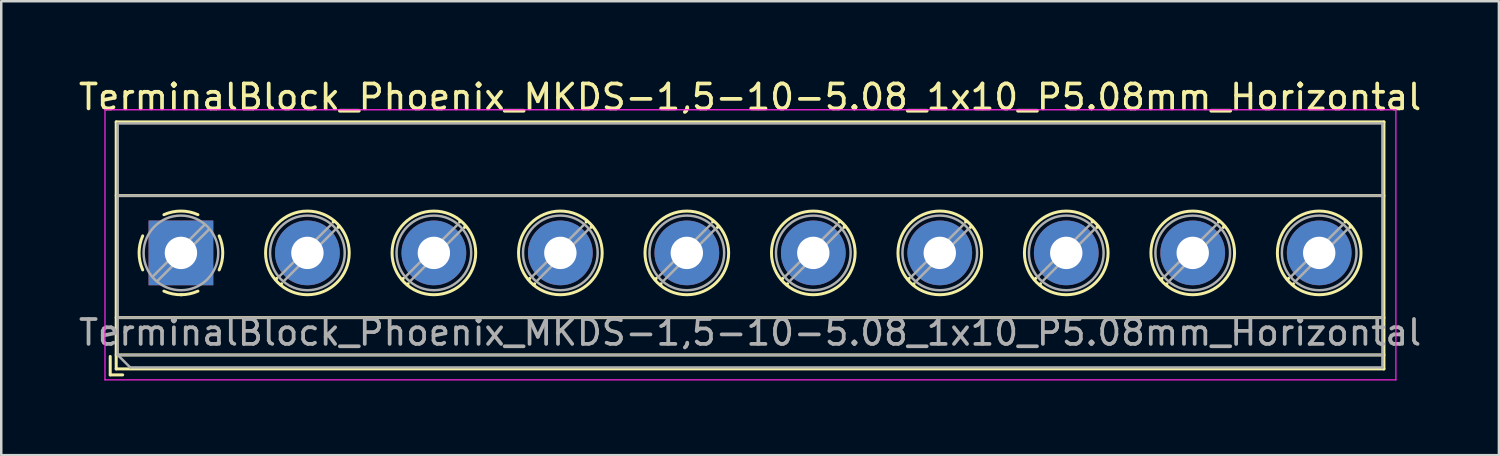
<source format=kicad_pcb>
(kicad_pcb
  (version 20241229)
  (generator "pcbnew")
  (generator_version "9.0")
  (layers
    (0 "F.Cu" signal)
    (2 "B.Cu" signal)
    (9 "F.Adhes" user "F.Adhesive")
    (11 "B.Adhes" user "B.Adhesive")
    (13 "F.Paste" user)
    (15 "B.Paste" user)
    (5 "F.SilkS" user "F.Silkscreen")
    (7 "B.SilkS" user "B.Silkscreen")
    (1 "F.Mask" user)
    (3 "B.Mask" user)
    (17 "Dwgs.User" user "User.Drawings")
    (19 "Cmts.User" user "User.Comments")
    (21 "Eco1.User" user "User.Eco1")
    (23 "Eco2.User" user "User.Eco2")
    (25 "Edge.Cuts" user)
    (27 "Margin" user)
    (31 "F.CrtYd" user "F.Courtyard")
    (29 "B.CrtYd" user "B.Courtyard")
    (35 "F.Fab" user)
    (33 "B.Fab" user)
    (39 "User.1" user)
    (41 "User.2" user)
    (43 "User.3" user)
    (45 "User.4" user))
  (footprint "TerminalBlock_Phoenix_MKDS-1,5-10-5.08_1x10_P5.08mm_Horizontal"
    (layer "F.Cu")
    (at 4.217 7.108)
    (property "Reference" "TerminalBlock_Phoenix_MKDS-1,5-10-5.08_1x10_P5.08mm_Horizontal" (at 22.86 -6.26 0) (layer "F.SilkS") (effects (font (size 1 1) (thickness 0.15))))
    (attr through_hole)
    (fp_line (start -2.84 4.16) (end -2.84 4.9) (stroke (width 0.12) (type solid)) (layer "F.SilkS"))
    (fp_line (start -2.84 4.9) (end -2.34 4.9) (stroke (width 0.12) (type solid)) (layer "F.SilkS"))
    (fp_line (start -2.6 -5.261) (end -2.6 4.66) (stroke (width 0.12) (type solid)) (layer "F.SilkS"))
    (fp_line (start -2.6 -5.261) (end 48.32 -5.261) (stroke (width 0.12) (type solid)) (layer "F.SilkS"))
    (fp_line (start -2.6 -2.301) (end 48.32 -2.301) (stroke (width 0.12) (type solid)) (layer "F.SilkS"))
    (fp_line (start -2.6 2.6) (end 48.32 2.6) (stroke (width 0.12) (type solid)) (layer "F.SilkS"))
    (fp_line (start -2.6 4.1) (end 48.32 4.1) (stroke (width 0.12) (type solid)) (layer "F.SilkS"))
    (fp_line (start -2.6 4.66) (end 48.32 4.66) (stroke (width 0.12) (type solid)) (layer "F.SilkS"))
    (fp_line (start 3.853 1.023) (end 3.806 1.069) (stroke (width 0.12) (type solid)) (layer "F.SilkS"))
    (fp_line (start 4.046 1.239) (end 4.011 1.274) (stroke (width 0.12) (type solid)) (layer "F.SilkS"))
    (fp_line (start 6.15 -1.275) (end 6.115 -1.239) (stroke (width 0.12) (type solid)) (layer "F.SilkS"))
    (fp_line (start 6.355 -1.069) (end 6.308 -1.023) (stroke (width 0.12) (type solid)) (layer "F.SilkS"))
    (fp_line (start 8.933 1.023) (end 8.886 1.069) (stroke (width 0.12) (type solid)) (layer "F.SilkS"))
    (fp_line (start 9.126 1.239) (end 9.091 1.274) (stroke (width 0.12) (type solid)) (layer "F.SilkS"))
    (fp_line (start 11.23 -1.275) (end 11.195 -1.239) (stroke (width 0.12) (type solid)) (layer "F.SilkS"))
    (fp_line (start 11.435 -1.069) (end 11.388 -1.023) (stroke (width 0.12) (type solid)) (layer "F.SilkS"))
    (fp_line (start 14.013 1.023) (end 13.966 1.069) (stroke (width 0.12) (type solid)) (layer "F.SilkS"))
    (fp_line (start 14.206 1.239) (end 14.171 1.274) (stroke (width 0.12) (type solid)) (layer "F.SilkS"))
    (fp_line (start 16.31 -1.275) (end 16.275 -1.239) (stroke (width 0.12) (type solid)) (layer "F.SilkS"))
    (fp_line (start 16.515 -1.069) (end 16.468 -1.023) (stroke (width 0.12) (type solid)) (layer "F.SilkS"))
    (fp_line (start 19.093 1.023) (end 19.046 1.069) (stroke (width 0.12) (type solid)) (layer "F.SilkS"))
    (fp_line (start 19.286 1.239) (end 19.251 1.274) (stroke (width 0.12) (type solid)) (layer "F.SilkS"))
    (fp_line (start 21.39 -1.275) (end 21.355 -1.239) (stroke (width 0.12) (type solid)) (layer "F.SilkS"))
    (fp_line (start 21.595 -1.069) (end 21.548 -1.023) (stroke (width 0.12) (type solid)) (layer "F.SilkS"))
    (fp_line (start 24.173 1.023) (end 24.126 1.069) (stroke (width 0.12) (type solid)) (layer "F.SilkS"))
    (fp_line (start 24.366 1.239) (end 24.331 1.274) (stroke (width 0.12) (type solid)) (layer "F.SilkS"))
    (fp_line (start 26.47 -1.275) (end 26.435 -1.239) (stroke (width 0.12) (type solid)) (layer "F.SilkS"))
    (fp_line (start 26.675 -1.069) (end 26.628 -1.023) (stroke (width 0.12) (type solid)) (layer "F.SilkS"))
    (fp_line (start 29.253 1.023) (end 29.206 1.069) (stroke (width 0.12) (type solid)) (layer "F.SilkS"))
    (fp_line (start 29.446 1.239) (end 29.411 1.274) (stroke (width 0.12) (type solid)) (layer "F.SilkS"))
    (fp_line (start 31.55 -1.275) (end 31.515 -1.239) (stroke (width 0.12) (type solid)) (layer "F.SilkS"))
    (fp_line (start 31.755 -1.069) (end 31.708 -1.023) (stroke (width 0.12) (type solid)) (layer "F.SilkS"))
    (fp_line (start 34.333 1.023) (end 34.286 1.069) (stroke (width 0.12) (type solid)) (layer "F.SilkS"))
    (fp_line (start 34.526 1.239) (end 34.491 1.274) (stroke (width 0.12) (type solid)) (layer "F.SilkS"))
    (fp_line (start 36.63 -1.275) (end 36.595 -1.239) (stroke (width 0.12) (type solid)) (layer "F.SilkS"))
    (fp_line (start 36.835 -1.069) (end 36.788 -1.023) (stroke (width 0.12) (type solid)) (layer "F.SilkS"))
    (fp_line (start 39.413 1.023) (end 39.366 1.069) (stroke (width 0.12) (type solid)) (layer "F.SilkS"))
    (fp_line (start 39.606 1.239) (end 39.571 1.274) (stroke (width 0.12) (type solid)) (layer "F.SilkS"))
    (fp_line (start 41.71 -1.275) (end 41.675 -1.239) (stroke (width 0.12) (type solid)) (layer "F.SilkS"))
    (fp_line (start 41.915 -1.069) (end 41.868 -1.023) (stroke (width 0.12) (type solid)) (layer "F.SilkS"))
    (fp_line (start 44.493 1.023) (end 44.446 1.069) (stroke (width 0.12) (type solid)) (layer "F.SilkS"))
    (fp_line (start 44.686 1.239) (end 44.651 1.274) (stroke (width 0.12) (type solid)) (layer "F.SilkS"))
    (fp_line (start 46.79 -1.275) (end 46.755 -1.239) (stroke (width 0.12) (type solid)) (layer "F.SilkS"))
    (fp_line (start 46.995 -1.069) (end 46.948 -1.023) (stroke (width 0.12) (type solid)) (layer "F.SilkS"))
    (fp_line (start 48.32 -5.261) (end 48.32 4.66) (stroke (width 0.12) (type solid)) (layer "F.SilkS"))
    (fp_arc (start -1.535427 0.683042) (mid -1.680501 -0.000524) (end -1.535 -0.684) (stroke (width 0.12) (type solid)) (layer "F.SilkS"))
    (fp_arc (start -0.683042 -1.535427) (mid 0.000524 -1.680501) (end 0.684 -1.535) (stroke (width 0.12) (type solid)) (layer "F.SilkS"))
    (fp_arc (start 0.028805 1.680253) (mid -0.335551 1.646659) (end -0.684 1.535) (stroke (width 0.12) (type solid)) (layer "F.SilkS"))
    (fp_arc (start 0.683318 1.534756) (mid 0.349292 1.643288) (end 0 1.68) (stroke (width 0.12) (type solid)) (layer "F.SilkS"))
    (fp_arc (start 1.535427 -0.683042) (mid 1.680501 0.000524) (end 1.535 0.684) (stroke (width 0.12) (type solid)) (layer "F.SilkS"))
    (fp_circle (center 5.08 0) (end 6.76 0) (stroke (width 0.12) (type solid)) (fill no) (layer "F.SilkS"))
    (fp_circle (center 10.16 0) (end 11.84 0) (stroke (width 0.12) (type solid)) (fill no) (layer "F.SilkS"))
    (fp_circle (center 15.24 0) (end 16.92 0) (stroke (width 0.12) (type solid)) (fill no) (layer "F.SilkS"))
    (fp_circle (center 20.32 0) (end 22 0) (stroke (width 0.12) (type solid)) (fill no) (layer "F.SilkS"))
    (fp_circle (center 25.4 0) (end 27.08 0) (stroke (width 0.12) (type solid)) (fill no) (layer "F.SilkS"))
    (fp_circle (center 30.48 0) (end 32.16 0) (stroke (width 0.12) (type solid)) (fill no) (layer "F.SilkS"))
    (fp_circle (center 35.56 0) (end 37.24 0) (stroke (width 0.12) (type solid)) (fill no) (layer "F.SilkS"))
    (fp_circle (center 40.64 0) (end 42.32 0) (stroke (width 0.12) (type solid)) (fill no) (layer "F.SilkS"))
    (fp_circle (center 45.72 0) (end 47.4 0) (stroke (width 0.12) (type solid)) (fill no) (layer "F.SilkS"))
    (fp_line (start -3.05 -5.75) (end -3.05 5.1) (stroke (width 0.05) (type solid)) (layer "F.CrtYd"))
    (fp_line (start -3.05 5.1) (end 48.8 5.1) (stroke (width 0.05) (type solid)) (layer "F.CrtYd"))
    (fp_line (start 48.8 -5.75) (end -3.05 -5.75) (stroke (width 0.05) (type solid)) (layer "F.CrtYd"))
    (fp_line (start 48.8 5.1) (end 48.8 -5.75) (stroke (width 0.05) (type solid)) (layer "F.CrtYd"))
    (fp_line (start -2.54 -5.2) (end 48.26 -5.2) (stroke (width 0.1) (type solid)) (layer "F.Fab"))
    (fp_line (start -2.54 -2.3) (end 48.26 -2.3) (stroke (width 0.1) (type solid)) (layer "F.Fab"))
    (fp_line (start -2.54 2.6) (end 48.26 2.6) (stroke (width 0.1) (type solid)) (layer "F.Fab"))
    (fp_line (start -2.54 4.1) (end -2.54 -5.2) (stroke (width 0.1) (type solid)) (layer "F.Fab"))
    (fp_line (start -2.54 4.1) (end 48.26 4.1) (stroke (width 0.1) (type solid)) (layer "F.Fab"))
    (fp_line (start -2.04 4.6) (end -2.54 4.1) (stroke (width 0.1) (type solid)) (layer "F.Fab"))
    (fp_line (start 0.955 -1.138) (end -1.138 0.955) (stroke (width 0.1) (type solid)) (layer "F.Fab"))
    (fp_line (start 1.138 -0.955) (end -0.955 1.138) (stroke (width 0.1) (type solid)) (layer "F.Fab"))
    (fp_line (start 6.035 -1.138) (end 3.943 0.955) (stroke (width 0.1) (type solid)) (layer "F.Fab"))
    (fp_line (start 6.218 -0.955) (end 4.126 1.138) (stroke (width 0.1) (type solid)) (layer "F.Fab"))
    (fp_line (start 11.115 -1.138) (end 9.023 0.955) (stroke (width 0.1) (type solid)) (layer "F.Fab"))
    (fp_line (start 11.298 -0.955) (end 9.206 1.138) (stroke (width 0.1) (type solid)) (layer "F.Fab"))
    (fp_line (start 16.195 -1.138) (end 14.103 0.955) (stroke (width 0.1) (type solid)) (layer "F.Fab"))
    (fp_line (start 16.378 -0.955) (end 14.286 1.138) (stroke (width 0.1) (type solid)) (layer "F.Fab"))
    (fp_line (start 21.275 -1.138) (end 19.183 0.955) (stroke (width 0.1) (type solid)) (layer "F.Fab"))
    (fp_line (start 21.458 -0.955) (end 19.366 1.138) (stroke (width 0.1) (type solid)) (layer "F.Fab"))
    (fp_line (start 26.355 -1.138) (end 24.263 0.955) (stroke (width 0.1) (type solid)) (layer "F.Fab"))
    (fp_line (start 26.538 -0.955) (end 24.446 1.138) (stroke (width 0.1) (type solid)) (layer "F.Fab"))
    (fp_line (start 31.435 -1.138) (end 29.343 0.955) (stroke (width 0.1) (type solid)) (layer "F.Fab"))
    (fp_line (start 31.618 -0.955) (end 29.526 1.138) (stroke (width 0.1) (type solid)) (layer "F.Fab"))
    (fp_line (start 36.515 -1.138) (end 34.423 0.955) (stroke (width 0.1) (type solid)) (layer "F.Fab"))
    (fp_line (start 36.698 -0.955) (end 34.606 1.138) (stroke (width 0.1) (type solid)) (layer "F.Fab"))
    (fp_line (start 41.595 -1.138) (end 39.503 0.955) (stroke (width 0.1) (type solid)) (layer "F.Fab"))
    (fp_line (start 41.778 -0.955) (end 39.686 1.138) (stroke (width 0.1) (type solid)) (layer "F.Fab"))
    (fp_line (start 46.675 -1.138) (end 44.583 0.955) (stroke (width 0.1) (type solid)) (layer "F.Fab"))
    (fp_line (start 46.858 -0.955) (end 44.766 1.138) (stroke (width 0.1) (type solid)) (layer "F.Fab"))
    (fp_line (start 48.26 -5.2) (end 48.26 4.6) (stroke (width 0.1) (type solid)) (layer "F.Fab"))
    (fp_line (start 48.26 4.6) (end -2.04 4.6) (stroke (width 0.1) (type solid)) (layer "F.Fab"))
    (fp_circle (center 0 0) (end 1.5 0) (stroke (width 0.1) (type solid)) (fill no) (layer "F.Fab"))
    (fp_circle (center 5.08 0) (end 6.58 0) (stroke (width 0.1) (type solid)) (fill no) (layer "F.Fab"))
    (fp_circle (center 10.16 0) (end 11.66 0) (stroke (width 0.1) (type solid)) (fill no) (layer "F.Fab"))
    (fp_circle (center 15.24 0) (end 16.74 0) (stroke (width 0.1) (type solid)) (fill no) (layer "F.Fab"))
    (fp_circle (center 20.32 0) (end 21.82 0) (stroke (width 0.1) (type solid)) (fill no) (layer "F.Fab"))
    (fp_circle (center 25.4 0) (end 26.9 0) (stroke (width 0.1) (type solid)) (fill no) (layer "F.Fab"))
    (fp_circle (center 30.48 0) (end 31.98 0) (stroke (width 0.1) (type solid)) (fill no) (layer "F.Fab"))
    (fp_circle (center 35.56 0) (end 37.06 0) (stroke (width 0.1) (type solid)) (fill no) (layer "F.Fab"))
    (fp_circle (center 40.64 0) (end 42.14 0) (stroke (width 0.1) (type solid)) (fill no) (layer "F.Fab"))
    (fp_circle (center 45.72 0) (end 47.22 0) (stroke (width 0.1) (type solid)) (fill no) (layer "F.Fab"))
    (fp_text user "${REFERENCE}" (at 22.86 3.2 0) (layer "F.Fab") (effects (font (size 1 1) (thickness 0.15))))
    (pad "1" thru_hole rect (at 0 0) (size 2.6 2.6) (drill 1.3) (layers "*.Cu" "*.Mask"))
    (pad "2" thru_hole circle (at 5.08 0) (size 2.6 2.6) (drill 1.3) (layers "*.Cu" "*.Mask"))
    (pad "3" thru_hole circle (at 10.16 0) (size 2.6 2.6) (drill 1.3) (layers "*.Cu" "*.Mask"))
    (pad "4" thru_hole circle (at 15.24 0) (size 2.6 2.6) (drill 1.3) (layers "*.Cu" "*.Mask"))
    (pad "5" thru_hole circle (at 20.32 0) (size 2.6 2.6) (drill 1.3) (layers "*.Cu" "*.Mask"))
    (pad "6" thru_hole circle (at 25.4 0) (size 2.6 2.6) (drill 1.3) (layers "*.Cu" "*.Mask"))
    (pad "7" thru_hole circle (at 30.48 0) (size 2.6 2.6) (drill 1.3) (layers "*.Cu" "*.Mask"))
    (pad "8" thru_hole circle (at 35.56 0) (size 2.6 2.6) (drill 1.3) (layers "*.Cu" "*.Mask"))
    (pad "9" thru_hole circle (at 40.64 0) (size 2.6 2.6) (drill 1.3) (layers "*.Cu" "*.Mask"))
    (pad "10" thru_hole circle (at 45.72 0) (size 2.6 2.6) (drill 1.3) (layers "*.Cu" "*.Mask")))
  (gr_rect
    (start -3 -3)
    (end 57.155 15.233)
    (stroke (width 0.1) (type default))
    (fill no)
    (layer "Edge.Cuts")))
</source>
